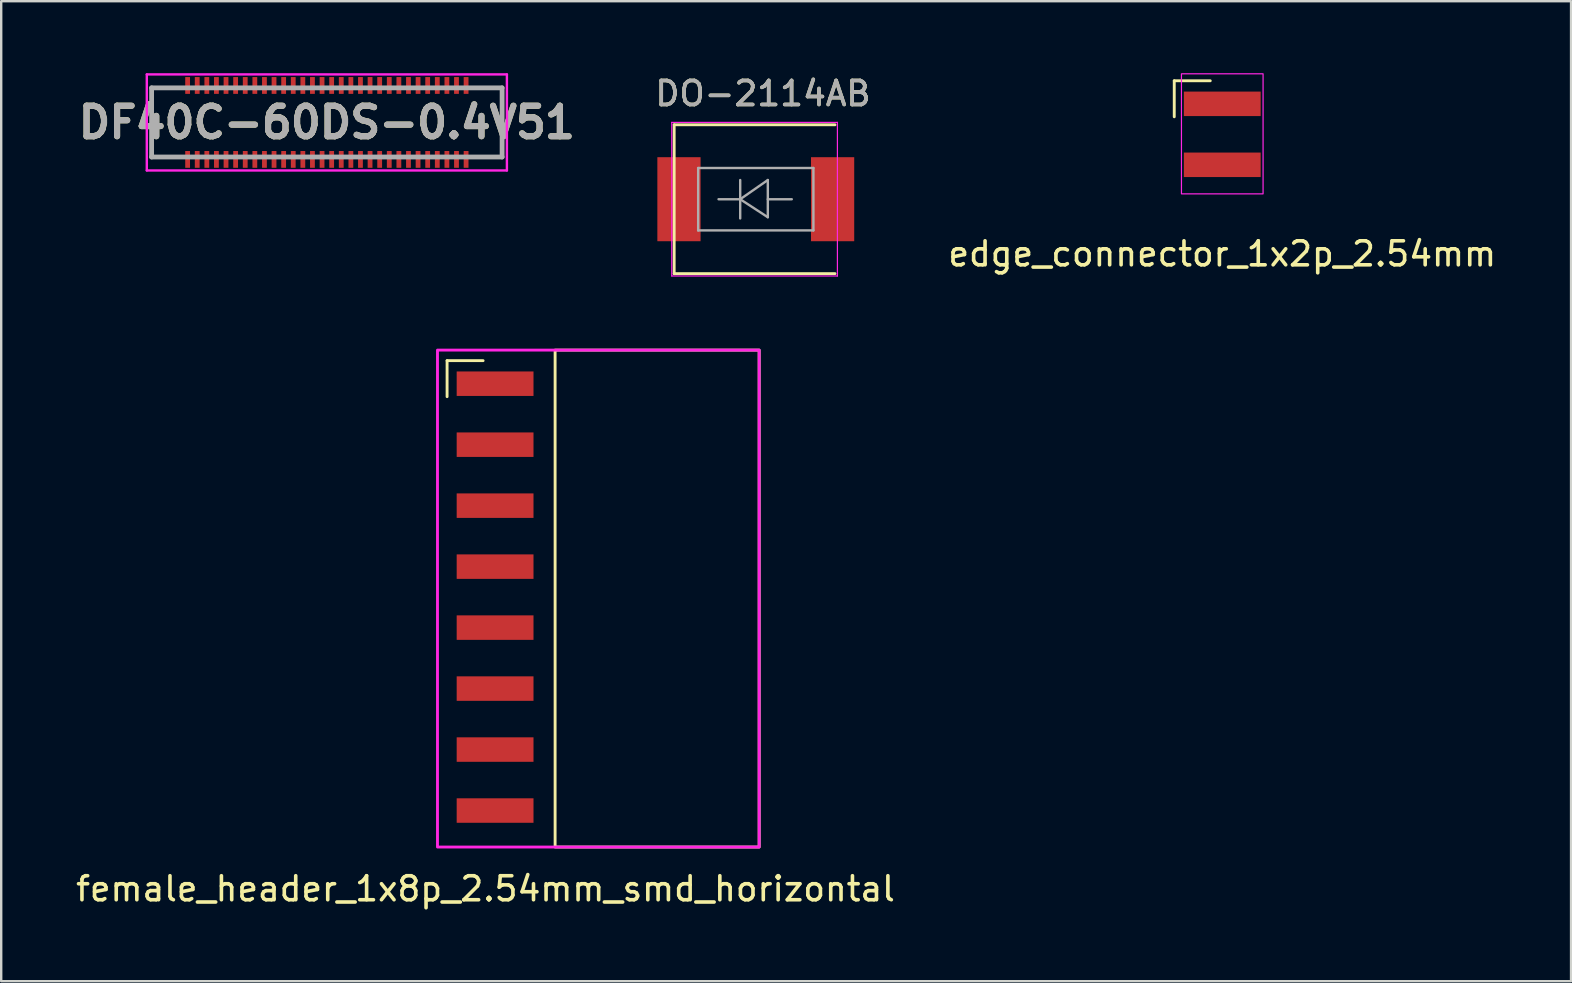
<source format=kicad_pcb>
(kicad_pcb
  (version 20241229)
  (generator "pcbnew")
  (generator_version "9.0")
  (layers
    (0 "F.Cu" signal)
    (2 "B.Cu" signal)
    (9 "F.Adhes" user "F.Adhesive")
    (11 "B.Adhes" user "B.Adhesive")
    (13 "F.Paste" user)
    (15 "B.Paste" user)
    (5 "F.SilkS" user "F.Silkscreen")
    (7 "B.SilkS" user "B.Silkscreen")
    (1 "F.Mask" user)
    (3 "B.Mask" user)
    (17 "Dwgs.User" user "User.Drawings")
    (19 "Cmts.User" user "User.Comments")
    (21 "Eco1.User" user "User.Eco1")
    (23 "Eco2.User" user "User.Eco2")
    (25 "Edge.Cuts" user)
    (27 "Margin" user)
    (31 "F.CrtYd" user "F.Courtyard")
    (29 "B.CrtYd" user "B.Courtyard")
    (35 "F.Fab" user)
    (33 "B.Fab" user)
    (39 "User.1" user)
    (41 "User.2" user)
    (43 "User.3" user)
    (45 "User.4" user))
  (footprint "DF40C-60DS-0.4V51"
    (layer "F.Cu")
    (at 10.565 2.05)
    (property "Reference" "DF40C-60DS-0.4V51" (at 0 0 0) (layer "F.SilkS") (effects (font (size 1.27 1.27) (thickness 0.254))))
    (attr smd)
    (fp_line (start -7.3 -1.44) (end -7.3 1.44) (stroke (width 0.1) (type solid)) (layer "F.SilkS"))
    (fp_line (start 7.3 -1.44) (end 7.3 1.44) (stroke (width 0.1) (type solid)) (layer "F.SilkS"))
    (fp_line (start -7.5 -2) (end 7.5 -2) (stroke (width 0.1) (type solid)) (layer "F.CrtYd"))
    (fp_line (start -7.5 2) (end -7.5 -2) (stroke (width 0.1) (type solid)) (layer "F.CrtYd"))
    (fp_line (start 7.5 -2) (end 7.5 2) (stroke (width 0.1) (type solid)) (layer "F.CrtYd"))
    (fp_line (start 7.5 2) (end -7.5 2) (stroke (width 0.1) (type solid)) (layer "F.CrtYd"))
    (fp_line (start -7.3 -1.44) (end 7.3 -1.44) (stroke (width 0.2) (type solid)) (layer "F.Fab"))
    (fp_line (start -7.3 1.44) (end -7.3 -1.44) (stroke (width 0.2) (type solid)) (layer "F.Fab"))
    (fp_line (start 7.3 -1.44) (end 7.3 1.44) (stroke (width 0.2) (type solid)) (layer "F.Fab"))
    (fp_line (start 7.3 1.44) (end -7.3 1.44) (stroke (width 0.2) (type solid)) (layer "F.Fab"))
    (fp_text user "${REFERENCE}" (at 0 0 0) (layer "F.Fab") (effects (font (size 1.27 1.27) (thickness 0.254))))
    (pad "1" smd rect (at -5.8 1.54) (size 0.2 0.7) (layers "F.Cu" "F.Mask" "F.Paste"))
    (pad "2" smd rect (at -5.8 -1.54) (size 0.2 0.7) (layers "F.Cu" "F.Mask" "F.Paste"))
    (pad "3" smd rect (at -5.4 1.54) (size 0.2 0.7) (layers "F.Cu" "F.Mask" "F.Paste"))
    (pad "4" smd rect (at -5.4 -1.54) (size 0.2 0.7) (layers "F.Cu" "F.Mask" "F.Paste"))
    (pad "5" smd rect (at -5 1.54) (size 0.2 0.7) (layers "F.Cu" "F.Mask" "F.Paste"))
    (pad "6" smd rect (at -5 -1.54) (size 0.2 0.7) (layers "F.Cu" "F.Mask" "F.Paste"))
    (pad "7" smd rect (at -4.6 1.54) (size 0.2 0.7) (layers "F.Cu" "F.Mask" "F.Paste"))
    (pad "8" smd rect (at -4.6 -1.54) (size 0.2 0.7) (layers "F.Cu" "F.Mask" "F.Paste"))
    (pad "9" smd rect (at -4.2 1.54) (size 0.2 0.7) (layers "F.Cu" "F.Mask" "F.Paste"))
    (pad "10" smd rect (at -4.2 -1.54) (size 0.2 0.7) (layers "F.Cu" "F.Mask" "F.Paste"))
    (pad "11" smd rect (at -3.8 1.54) (size 0.2 0.7) (layers "F.Cu" "F.Mask" "F.Paste"))
    (pad "12" smd rect (at -3.8 -1.54) (size 0.2 0.7) (layers "F.Cu" "F.Mask" "F.Paste"))
    (pad "13" smd rect (at -3.4 1.54) (size 0.2 0.7) (layers "F.Cu" "F.Mask" "F.Paste"))
    (pad "14" smd rect (at -3.4 -1.54) (size 0.2 0.7) (layers "F.Cu" "F.Mask" "F.Paste"))
    (pad "15" smd rect (at -3 1.54) (size 0.2 0.7) (layers "F.Cu" "F.Mask" "F.Paste"))
    (pad "16" smd rect (at -3 -1.54) (size 0.2 0.7) (layers "F.Cu" "F.Mask" "F.Paste"))
    (pad "17" smd rect (at -2.6 1.54) (size 0.2 0.7) (layers "F.Cu" "F.Mask" "F.Paste"))
    (pad "18" smd rect (at -2.6 -1.54) (size 0.2 0.7) (layers "F.Cu" "F.Mask" "F.Paste"))
    (pad "19" smd rect (at -2.2 1.54) (size 0.2 0.7) (layers "F.Cu" "F.Mask" "F.Paste"))
    (pad "20" smd rect (at -2.2 -1.54) (size 0.2 0.7) (layers "F.Cu" "F.Mask" "F.Paste"))
    (pad "21" smd rect (at -1.8 1.54) (size 0.2 0.7) (layers "F.Cu" "F.Mask" "F.Paste"))
    (pad "22" smd rect (at -1.8 -1.54) (size 0.2 0.7) (layers "F.Cu" "F.Mask" "F.Paste"))
    (pad "23" smd rect (at -1.4 1.54) (size 0.2 0.7) (layers "F.Cu" "F.Mask" "F.Paste"))
    (pad "24" smd rect (at -1.4 -1.54) (size 0.2 0.7) (layers "F.Cu" "F.Mask" "F.Paste"))
    (pad "25" smd rect (at -1 1.54) (size 0.2 0.7) (layers "F.Cu" "F.Mask" "F.Paste"))
    (pad "26" smd rect (at -1 -1.54) (size 0.2 0.7) (layers "F.Cu" "F.Mask" "F.Paste"))
    (pad "27" smd rect (at -0.6 1.54) (size 0.2 0.7) (layers "F.Cu" "F.Mask" "F.Paste"))
    (pad "28" smd rect (at -0.6 -1.54) (size 0.2 0.7) (layers "F.Cu" "F.Mask" "F.Paste"))
    (pad "29" smd rect (at -0.2 1.54) (size 0.2 0.7) (layers "F.Cu" "F.Mask" "F.Paste"))
    (pad "30" smd rect (at -0.2 -1.54) (size 0.2 0.7) (layers "F.Cu" "F.Mask" "F.Paste"))
    (pad "31" smd rect (at 0.2 1.54) (size 0.2 0.7) (layers "F.Cu" "F.Mask" "F.Paste"))
    (pad "32" smd rect (at 0.2 -1.54) (size 0.2 0.7) (layers "F.Cu" "F.Mask" "F.Paste"))
    (pad "33" smd rect (at 0.6 1.54) (size 0.2 0.7) (layers "F.Cu" "F.Mask" "F.Paste"))
    (pad "34" smd rect (at 0.6 -1.54) (size 0.2 0.7) (layers "F.Cu" "F.Mask" "F.Paste"))
    (pad "35" smd rect (at 1 1.54) (size 0.2 0.7) (layers "F.Cu" "F.Mask" "F.Paste"))
    (pad "36" smd rect (at 1 -1.54) (size 0.2 0.7) (layers "F.Cu" "F.Mask" "F.Paste"))
    (pad "37" smd rect (at 1.4 1.54) (size 0.2 0.7) (layers "F.Cu" "F.Mask" "F.Paste"))
    (pad "38" smd rect (at 1.4 -1.54) (size 0.2 0.7) (layers "F.Cu" "F.Mask" "F.Paste"))
    (pad "39" smd rect (at 1.8 1.54) (size 0.2 0.7) (layers "F.Cu" "F.Mask" "F.Paste"))
    (pad "40" smd rect (at 1.8 -1.54) (size 0.2 0.7) (layers "F.Cu" "F.Mask" "F.Paste"))
    (pad "41" smd rect (at 2.2 1.54) (size 0.2 0.7) (layers "F.Cu" "F.Mask" "F.Paste"))
    (pad "42" smd rect (at 2.2 -1.54) (size 0.2 0.7) (layers "F.Cu" "F.Mask" "F.Paste"))
    (pad "43" smd rect (at 2.6 1.54) (size 0.2 0.7) (layers "F.Cu" "F.Mask" "F.Paste"))
    (pad "44" smd rect (at 2.6 -1.54) (size 0.2 0.7) (layers "F.Cu" "F.Mask" "F.Paste"))
    (pad "45" smd rect (at 3 1.54) (size 0.2 0.7) (layers "F.Cu" "F.Mask" "F.Paste"))
    (pad "46" smd rect (at 3 -1.54) (size 0.2 0.7) (layers "F.Cu" "F.Mask" "F.Paste"))
    (pad "47" smd rect (at 3.4 1.54) (size 0.2 0.7) (layers "F.Cu" "F.Mask" "F.Paste"))
    (pad "48" smd rect (at 3.4 -1.54) (size 0.2 0.7) (layers "F.Cu" "F.Mask" "F.Paste"))
    (pad "49" smd rect (at 3.8 1.54) (size 0.2 0.7) (layers "F.Cu" "F.Mask" "F.Paste"))
    (pad "50" smd rect (at 3.8 -1.54) (size 0.2 0.7) (layers "F.Cu" "F.Mask" "F.Paste"))
    (pad "51" smd rect (at 4.2 1.54) (size 0.2 0.7) (layers "F.Cu" "F.Mask" "F.Paste"))
    (pad "52" smd rect (at 4.2 -1.54) (size 0.2 0.7) (layers "F.Cu" "F.Mask" "F.Paste"))
    (pad "53" smd rect (at 4.6 1.54) (size 0.2 0.7) (layers "F.Cu" "F.Mask" "F.Paste"))
    (pad "54" smd rect (at 4.6 -1.54) (size 0.2 0.7) (layers "F.Cu" "F.Mask" "F.Paste"))
    (pad "55" smd rect (at 5 1.54) (size 0.2 0.7) (layers "F.Cu" "F.Mask" "F.Paste"))
    (pad "56" smd rect (at 5 -1.54) (size 0.2 0.7) (layers "F.Cu" "F.Mask" "F.Paste"))
    (pad "57" smd rect (at 5.4 1.54) (size 0.2 0.7) (layers "F.Cu" "F.Mask" "F.Paste"))
    (pad "58" smd rect (at 5.4 -1.54) (size 0.2 0.7) (layers "F.Cu" "F.Mask" "F.Paste"))
    (pad "59" smd rect (at 5.8 1.54) (size 0.2 0.7) (layers "F.Cu" "F.Mask" "F.Paste"))
    (pad "60" smd rect (at 5.8 -1.54) (size 0.2 0.7) (layers "F.Cu" "F.Mask" "F.Paste")))
  (footprint "edge_connector_1x2p_2.54mm"
    (layer "F.Cu")
    (at 47.863 1.275)
    (property "Reference" "edge_connector_1x2p_2.54mm" (at 0 6.25 0) (layer "F.SilkS") (effects (font (size 1 1) (thickness 0.15))))
    (attr smd)
    (fp_line (start -2 -0.96) (end -0.5 -0.96) (stroke (width 0.12) (type solid)) (layer "F.SilkS"))
    (fp_line (start -2 0.54) (end -2 -0.96) (stroke (width 0.12) (type solid)) (layer "F.SilkS"))
    (fp_rect (start -1.7 -1.25) (end 1.7 3.75) (stroke (width 0.05) (type default)) (fill no) (layer "F.CrtYd"))
    (pad "1" connect rect (at 0 0) (size 3.2 1.02) (layers "F.Cu" "F.Mask"))
    (pad "2" connect rect (at 0 2.54) (size 3.2 1.02) (layers "F.Cu" "F.Mask")))
  (footprint "DO-2114AB"
    (layer "F.Cu")
    (at 28.432 5.248)
    (property "Reference" "DO-2114AB" (at 0.3 -4.4 0) (layer "F.SilkS") (effects (font (size 1 1) (thickness 0.15))))
    (attr smd)
    (fp_line (start -3.4 -3.1) (end -3.4 3.1) (stroke (width 0.12) (type solid)) (layer "F.SilkS"))
    (fp_line (start -3.4 3.1) (end 3.3 3.1) (stroke (width 0.12) (type solid)) (layer "F.SilkS"))
    (fp_line (start 3.3 -3.1) (end -3.4 -3.1) (stroke (width 0.12) (type solid)) (layer "F.SilkS"))
    (fp_line (start -3.5 -3.2) (end 3.4 -3.2) (stroke (width 0.05) (type solid)) (layer "F.CrtYd"))
    (fp_line (start -3.5 3.2) (end -3.5 -3.2) (stroke (width 0.05) (type solid)) (layer "F.CrtYd"))
    (fp_line (start 3.4 -3.2) (end 3.4 3.2) (stroke (width 0.05) (type solid)) (layer "F.CrtYd"))
    (fp_line (start 3.4 3.2) (end -3.5 3.2) (stroke (width 0.05) (type solid)) (layer "F.CrtYd"))
    (fp_line (start -2.4 -1.3) (end -2.4 1.3) (stroke (width 0.1) (type solid)) (layer "F.Fab"))
    (fp_line (start -2.4 1.3) (end 2.4 1.3) (stroke (width 0.1) (type solid)) (layer "F.Fab"))
    (fp_line (start -0.649 -0.799) (end -0.649 0.801) (stroke (width 0.1) (type solid)) (layer "F.Fab"))
    (fp_line (start -0.649 0.001) (end -1.551 0.001) (stroke (width 0.1) (type solid)) (layer "F.Fab"))
    (fp_line (start -0.649 0.001) (end 0.501 -0.799) (stroke (width 0.1) (type solid)) (layer "F.Fab"))
    (fp_line (start -0.649 0.001) (end 0.501 0.75) (stroke (width 0.1) (type solid)) (layer "F.Fab"))
    (fp_line (start 0.501 0.001) (end 1.499 0.001) (stroke (width 0.1) (type solid)) (layer "F.Fab"))
    (fp_line (start 0.501 0.75) (end 0.501 -0.799) (stroke (width 0.1) (type solid)) (layer "F.Fab"))
    (fp_line (start 2.4 -1.3) (end -2.4 -1.3) (stroke (width 0.1) (type solid)) (layer "F.Fab"))
    (fp_line (start 2.4 1.3) (end 2.4 -1.3) (stroke (width 0.1) (type solid)) (layer "F.Fab"))
    (fp_text user "${REFERENCE}" (at 0.3 -4.4 0) (layer "F.Fab") (effects (font (size 1 1) (thickness 0.15))))
    (pad "1" smd rect (at -3.2 0) (size 1.8 3.5) (layers "F.Cu" "F.Mask" "F.Paste"))
    (pad "2" smd rect (at 3.2 0) (size 1.8 3.5) (layers "F.Cu" "F.Mask" "F.Paste")))
  (footprint "female_header_1x8p_2.54mm_smd_horizontal"
    (layer "F.Cu")
    (at 17.573 12.933)
    (property "Reference" "female_header_1x8p_2.54mm_smd_horizontal" (at -0.4 21.04 0) (layer "F.SilkS") (effects (font (size 1 1) (thickness 0.15))))
    (attr through_hole)
    (fp_line (start -2 -0.96) (end -0.5 -0.96) (stroke (width 0.12) (type solid)) (layer "F.SilkS"))
    (fp_line (start -2 0.54) (end -2 -0.96) (stroke (width 0.12) (type solid)) (layer "F.SilkS"))
    (fp_rect (start 2.5 -1.4) (end 11 19.3) (stroke (width 0.12) (type solid)) (fill no) (layer "F.SilkS"))
    (fp_rect (start -2.4 -1.4) (end 11 19.3) (stroke (width 0.12) (type solid)) (fill no) (layer "F.CrtYd"))
    (pad "1" smd rect (at 0 0) (size 3.2 1.02) (layers "F.Cu" "F.Mask" "F.Paste"))
    (pad "2" smd rect (at 0 2.54) (size 3.2 1.02) (layers "F.Cu" "F.Mask" "F.Paste"))
    (pad "3" smd rect (at 0 5.08) (size 3.2 1.02) (layers "F.Cu" "F.Mask" "F.Paste"))
    (pad "4" smd rect (at 0 7.62) (size 3.2 1.02) (layers "F.Cu" "F.Mask" "F.Paste"))
    (pad "5" smd rect (at 0 10.16) (size 3.2 1.02) (layers "F.Cu" "F.Mask" "F.Paste"))
    (pad "6" smd rect (at 0 12.7) (size 3.2 1.02) (layers "F.Cu" "F.Mask" "F.Paste"))
    (pad "7" smd rect (at 0 15.24) (size 3.2 1.02) (layers "F.Cu" "F.Mask" "F.Paste"))
    (pad "8" smd rect (at 0 17.78) (size 3.2 1.02) (layers "F.Cu" "F.Mask" "F.Paste")))
  (gr_rect
    (start -3 -3)
    (end 62.392 37.822)
    (stroke (width 0.1) (type default))
    (fill no)
    (layer "Edge.Cuts")))
</source>
